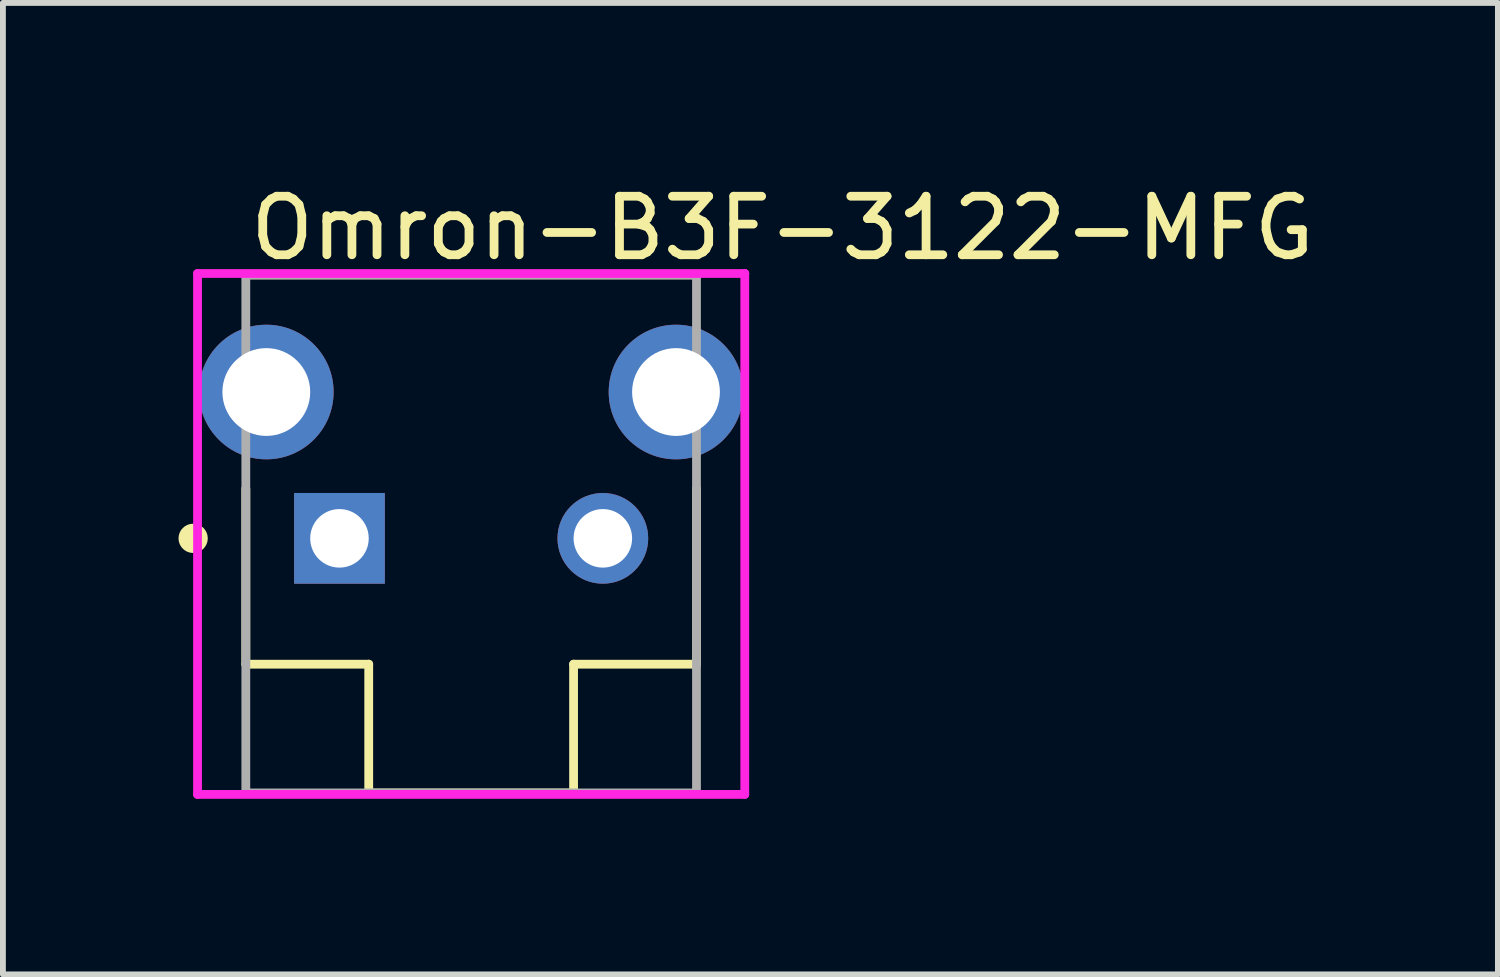
<source format=kicad_pcb>
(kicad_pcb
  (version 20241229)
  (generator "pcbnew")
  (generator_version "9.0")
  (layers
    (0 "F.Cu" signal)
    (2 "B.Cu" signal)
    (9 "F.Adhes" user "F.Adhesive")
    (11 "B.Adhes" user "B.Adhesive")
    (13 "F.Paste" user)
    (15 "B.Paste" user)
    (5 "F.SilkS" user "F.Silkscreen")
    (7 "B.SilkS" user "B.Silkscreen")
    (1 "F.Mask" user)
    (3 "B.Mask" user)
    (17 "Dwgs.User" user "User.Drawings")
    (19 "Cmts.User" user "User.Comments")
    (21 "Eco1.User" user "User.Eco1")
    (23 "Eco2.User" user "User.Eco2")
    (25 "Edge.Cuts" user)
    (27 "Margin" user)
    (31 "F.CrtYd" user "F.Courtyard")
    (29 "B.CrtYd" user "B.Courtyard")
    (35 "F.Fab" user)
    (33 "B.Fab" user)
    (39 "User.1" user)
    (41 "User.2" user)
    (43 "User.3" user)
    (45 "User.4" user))
  (footprint "Omron-B3F-3122-MFG"
    (layer "F.Cu")
    (at 5 6.073)
    (property "Reference" "Omron-B3F-3122-MFG" (at -3.85 -5.225 0) (layer "F.SilkS") (effects (font (size 1 1) (thickness 0.15)) (justify left)))
    (attr through_hole)
    (fp_line (start -3.85 -4.425) (end 3.85 -4.425) (stroke (width 0.15) (type solid)) (layer "F.SilkS"))
    (fp_line (start -3.85 -0.775) (end -3.85 2.225) (stroke (width 0.15) (type solid)) (layer "F.SilkS"))
    (fp_line (start -3.85 2.225) (end -1.75 2.225) (stroke (width 0.15) (type solid)) (layer "F.SilkS"))
    (fp_line (start -1.75 2.225) (end -1.75 4.425) (stroke (width 0.15) (type solid)) (layer "F.SilkS"))
    (fp_line (start -1.75 4.425) (end 1.75 4.425) (stroke (width 0.15) (type solid)) (layer "F.SilkS"))
    (fp_line (start 1.75 2.225) (end 1.75 4.425) (stroke (width 0.15) (type solid)) (layer "F.SilkS"))
    (fp_line (start 3.85 -0.775) (end 3.85 2.225) (stroke (width 0.15) (type solid)) (layer "F.SilkS"))
    (fp_line (start 3.85 2.225) (end 1.75 2.225) (stroke (width 0.15) (type solid)) (layer "F.SilkS"))
    (fp_circle (center -4.75 0.075) (end -4.625 0.075) (stroke (width 0.25) (type solid)) (fill no) (layer "F.SilkS"))
    (fp_line (start -4.675 -4.45) (end -4.675 4.45) (stroke (width 0.15) (type solid)) (layer "F.CrtYd"))
    (fp_line (start -4.675 4.45) (end 4.675 4.45) (stroke (width 0.15) (type solid)) (layer "F.CrtYd"))
    (fp_line (start 4.675 -4.45) (end -4.675 -4.45) (stroke (width 0.15) (type solid)) (layer "F.CrtYd"))
    (fp_line (start 4.675 -4.45) (end 4.675 -4.45) (stroke (width 0.15) (type solid)) (layer "F.CrtYd"))
    (fp_line (start 4.675 4.45) (end 4.675 -4.45) (stroke (width 0.15) (type solid)) (layer "F.CrtYd"))
    (fp_line (start -3.85 -4.425) (end 3.85 -4.425) (stroke (width 0.15) (type solid)) (layer "F.Fab"))
    (fp_line (start -3.85 4.425) (end -3.85 -4.425) (stroke (width 0.15) (type solid)) (layer "F.Fab"))
    (fp_line (start 3.85 -4.425) (end 3.85 4.425) (stroke (width 0.15) (type solid)) (layer "F.Fab"))
    (fp_line (start 3.85 4.425) (end -3.85 4.425) (stroke (width 0.15) (type solid)) (layer "F.Fab"))
    (pad "1" thru_hole rect (at -2.25 0.075) (size 1.55 1.55) (drill 1) (layers "*.Cu"))
    (pad "2" thru_hole circle (at 2.25 0.075) (size 1.55 1.55) (drill 1) (layers "*.Cu"))
    (pad "3" thru_hole circle (at -3.5 -2.425) (size 2.3 2.3) (drill 1.5) (layers "*.Cu"))
    (pad "4" thru_hole circle (at 3.5 -2.425) (size 2.3 2.3) (drill 1.5) (layers "*.Cu")))
  (gr_rect
    (start -3 -3)
    (end 22.543 13.598)
    (stroke (width 0.1) (type default))
    (fill no)
    (layer "Edge.Cuts")))
</source>
